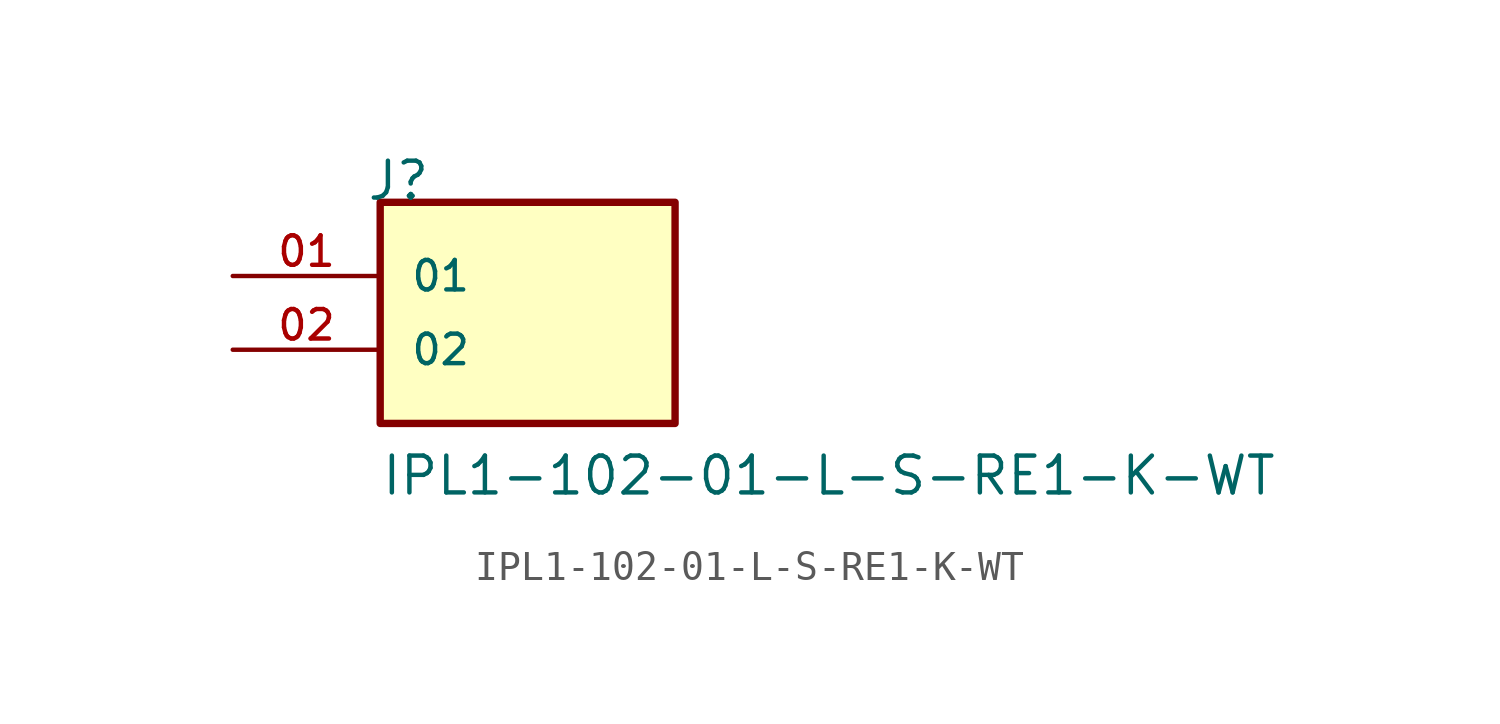
<source format=kicad_sym>
(kicad_symbol_lib
  (version 20211014)
  (generator kicad_symbol_editor)
  (symbol "IPL1-102-01-L-S-RE1-K-WT"
    (pin_names
      (offset 1.016))
    (property "Reference" "J"
      (at -5.58 5.08 0)
      (effects (font (size 1.27 1.27)) (justify bottom left)))
    (property "Value" "IPL1-102-01-L-S-RE1-K-WT"
      (at -5.08 -5.08 0)
      (effects (font (size 1.27 1.27)) (justify bottom left)))
    (symbol "IPL1-102-01-L-S-RE1-K-WT_0_0"
      (rectangle (start -5.08 -2.54) (end 5.08 5.08) (stroke (width 0.254)) (fill (type background)))
      (pin passive line (at -10.16 2.54 0) (length 5.08) (name "01" (effects (font (size 1.016 1.016)))) (number "01" (effects (font (size 1.016 1.016)))))
      (pin passive line (at -10.16 0.0 0) (length 5.08) (name "02" (effects (font (size 1.016 1.016)))) (number "02" (effects (font (size 1.016 1.016))))))))
</source>
